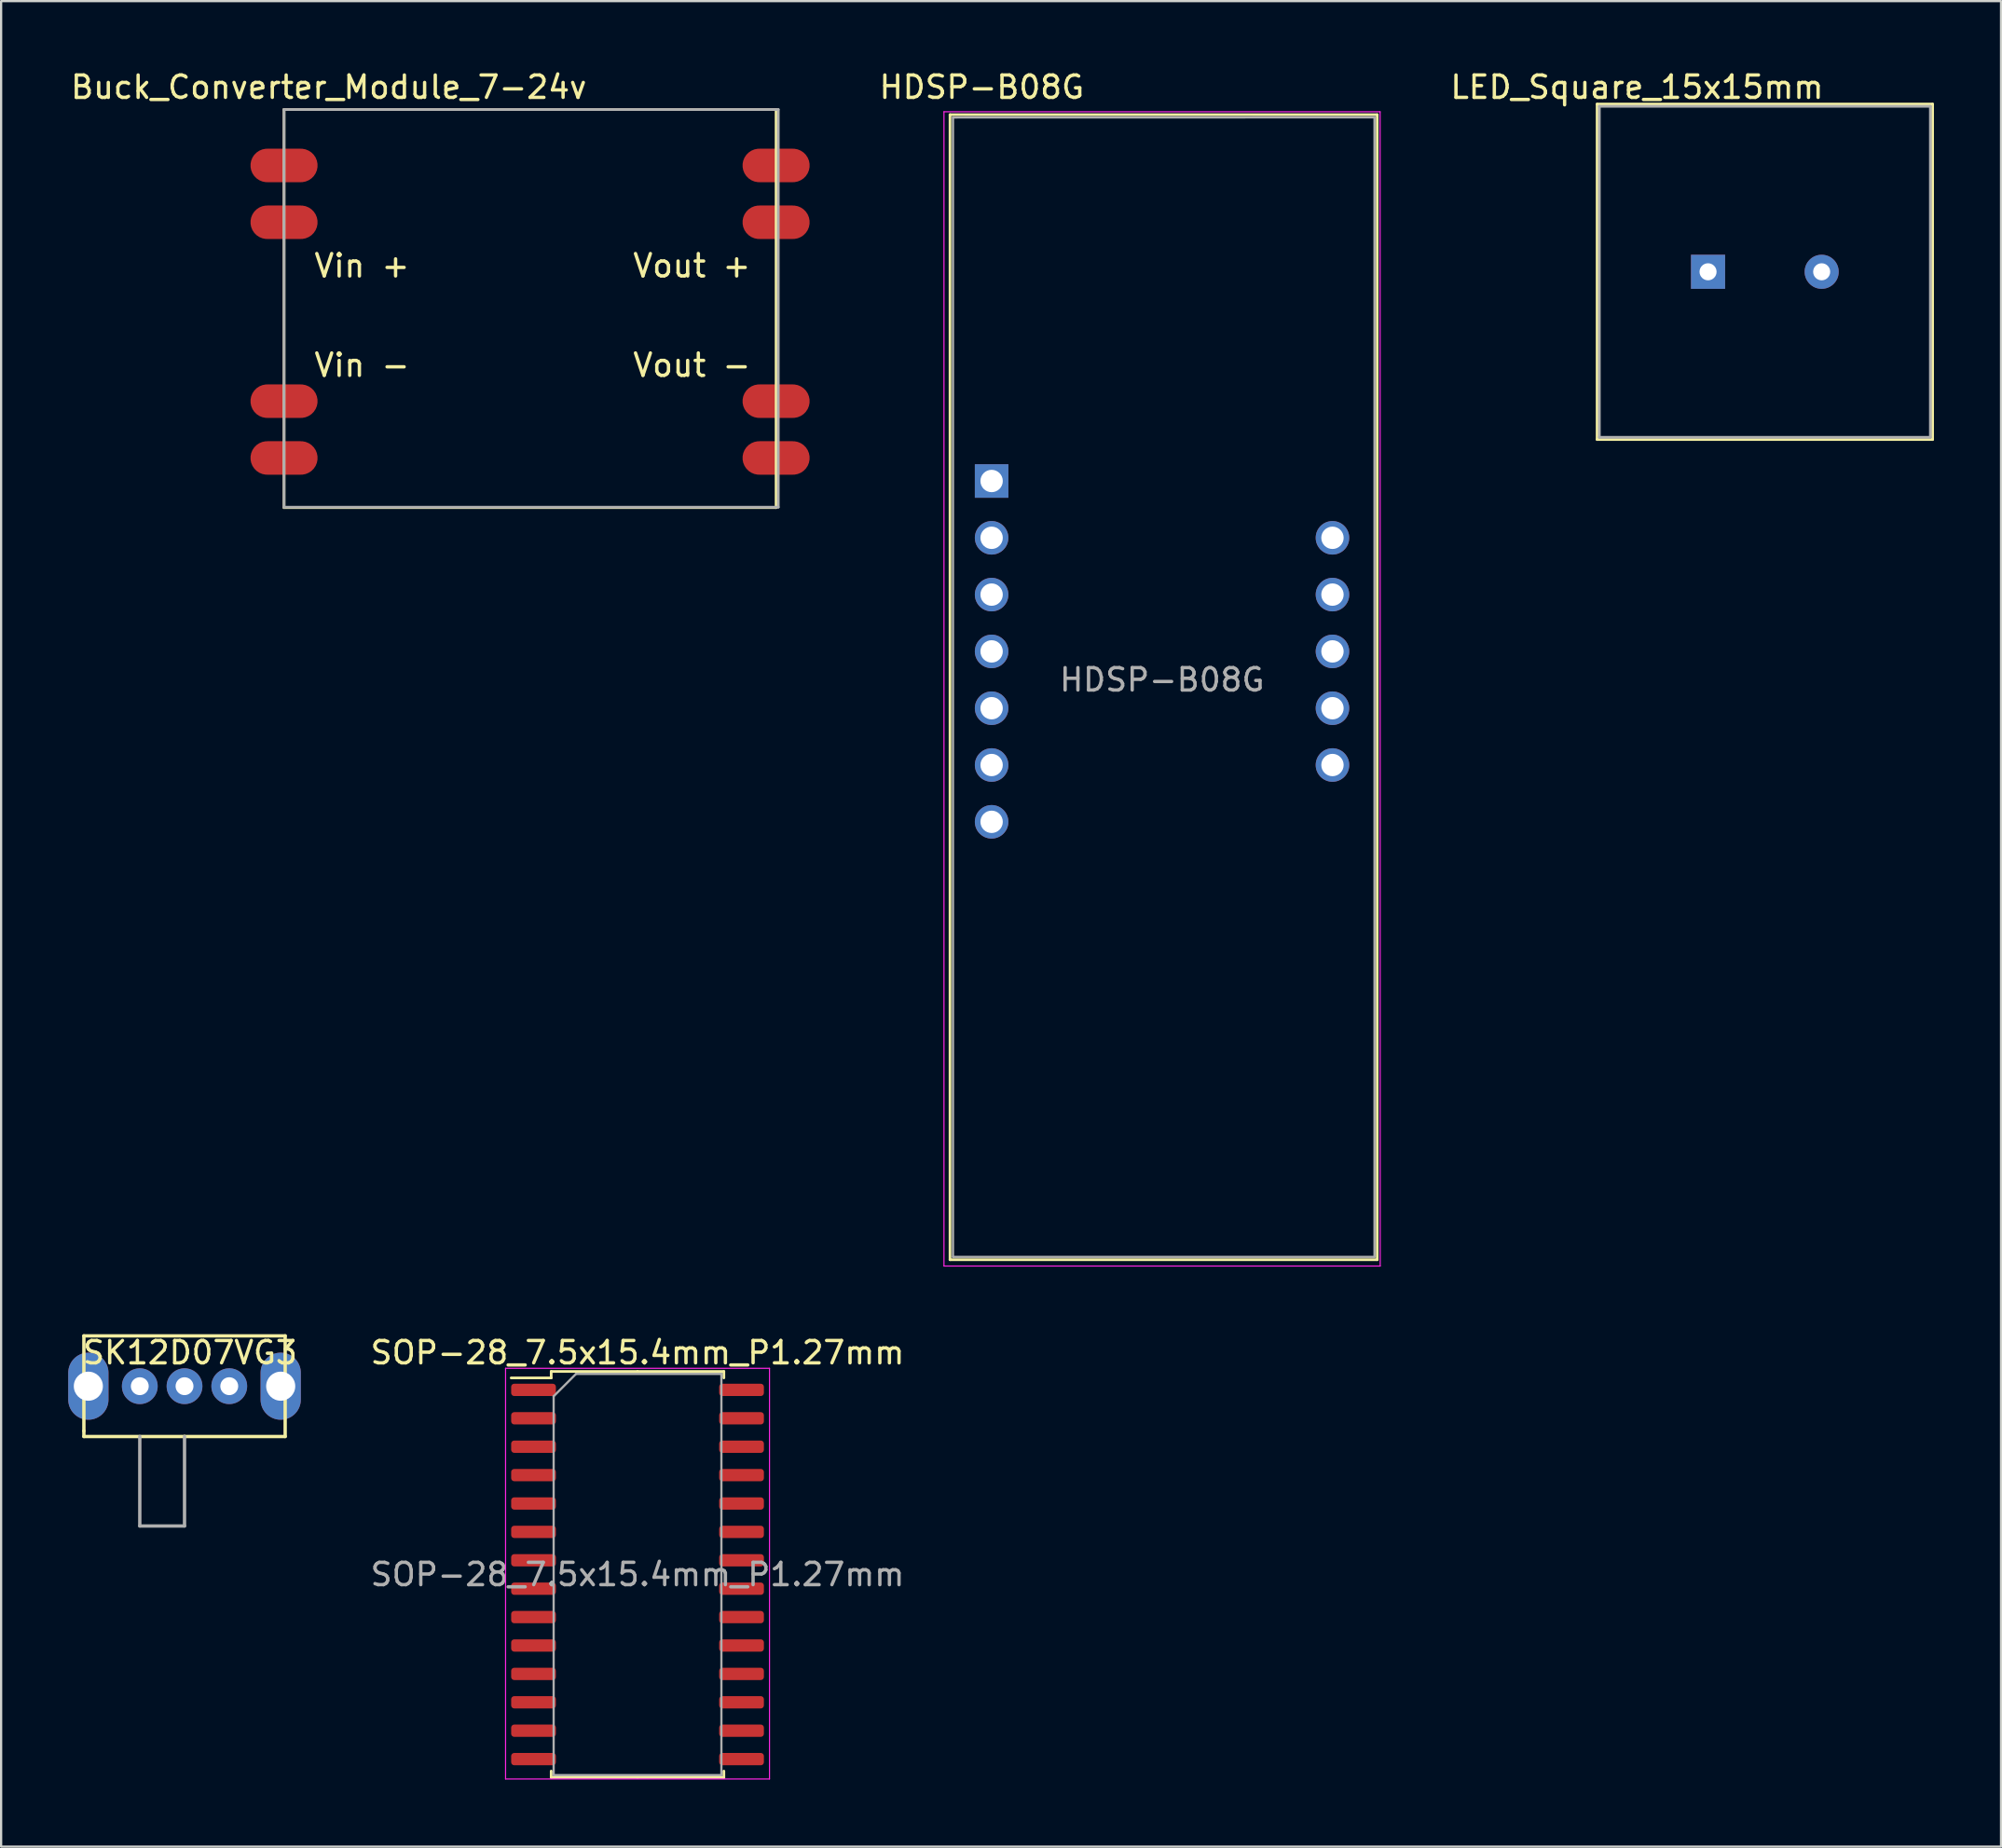
<source format=kicad_pcb>
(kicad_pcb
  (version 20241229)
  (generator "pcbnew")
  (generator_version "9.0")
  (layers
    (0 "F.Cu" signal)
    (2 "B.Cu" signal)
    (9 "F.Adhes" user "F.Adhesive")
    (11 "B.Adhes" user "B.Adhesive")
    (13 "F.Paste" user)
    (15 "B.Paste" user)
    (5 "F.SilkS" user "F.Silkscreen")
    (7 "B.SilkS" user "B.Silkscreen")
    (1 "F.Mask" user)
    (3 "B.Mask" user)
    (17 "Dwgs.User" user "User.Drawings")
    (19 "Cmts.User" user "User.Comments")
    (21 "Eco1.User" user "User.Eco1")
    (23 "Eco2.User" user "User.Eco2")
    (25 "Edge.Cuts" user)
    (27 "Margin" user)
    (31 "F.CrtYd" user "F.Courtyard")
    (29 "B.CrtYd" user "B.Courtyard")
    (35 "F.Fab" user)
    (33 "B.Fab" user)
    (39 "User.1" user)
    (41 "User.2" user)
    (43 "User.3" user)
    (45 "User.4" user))
  (footprint "HDSP-B08G"
    (layer "F.Cu")
    (at 41.285 20.998)
    (property "Reference" "HDSP-B08G" (at -0.44 -20.15 0) (layer "F.SilkS") (effects (font (size 1 1) (thickness 0.15))))
    (attr through_hole)
    (fp_line (start -1.86 -18.92) (end -1.86 32.28) (stroke (width 0.12) (type solid)) (layer "F.SilkS"))
    (fp_line (start -1.86 -18.92) (end 17.24 -18.92) (stroke (width 0.12) (type solid)) (layer "F.SilkS"))
    (fp_line (start -1.86 32.28) (end 17.24 32.28) (stroke (width 0.12) (type solid)) (layer "F.SilkS"))
    (fp_line (start 17.24 -18.92) (end 17.24 32.28) (stroke (width 0.12) (type solid)) (layer "F.SilkS"))
    (fp_line (start -2.13 -19.05) (end 17.37 -19.05) (stroke (width 0.05) (type solid)) (layer "F.CrtYd"))
    (fp_line (start -2.13 32.563) (end -2.13 -19.05) (stroke (width 0.05) (type solid)) (layer "F.CrtYd"))
    (fp_line (start 17.37 -19.05) (end 17.374 32.563) (stroke (width 0.05) (type solid)) (layer "F.CrtYd"))
    (fp_line (start 17.374 32.563) (end -2.13 32.563) (stroke (width 0.05) (type solid)) (layer "F.CrtYd"))
    (fp_line (start -1.727 -18.796) (end 17.12 -18.8) (stroke (width 0.1) (type solid)) (layer "F.Fab"))
    (fp_line (start -1.727 32.156) (end -1.727 -18.796) (stroke (width 0.1) (type solid)) (layer "F.Fab"))
    (fp_line (start -1.727 32.156) (end 17.12 32.156) (stroke (width 0.1) (type solid)) (layer "F.Fab"))
    (fp_line (start 17.12 -18.8) (end 17.12 32.156) (stroke (width 0.1) (type solid)) (layer "F.Fab"))
    (fp_text user "${REFERENCE}" (at 7.62 6.35 0) (layer "F.Fab") (effects (font (size 1 1) (thickness 0.15))))
    (pad "1" thru_hole rect (at 0 -2.54) (size 1.5 1.5) (drill 1) (layers "*.Cu" "*.Mask"))
    (pad "2" thru_hole circle (at 0 0) (size 1.5 1.5) (drill 1) (layers "*.Cu" "*.Mask"))
    (pad "3" thru_hole circle (at 0 2.54) (size 1.5 1.5) (drill 1) (layers "*.Cu" "*.Mask"))
    (pad "4" thru_hole circle (at 0 5.08) (size 1.5 1.5) (drill 1) (layers "*.Cu" "*.Mask"))
    (pad "5" thru_hole circle (at 0 7.62) (size 1.5 1.5) (drill 1) (layers "*.Cu" "*.Mask"))
    (pad "6" thru_hole circle (at 0 10.16) (size 1.5 1.5) (drill 1) (layers "*.Cu" "*.Mask"))
    (pad "7" thru_hole circle (at 0 12.7) (size 1.5 1.5) (drill 1) (layers "*.Cu" "*.Mask"))
    (pad "8" thru_hole circle (at 15.24 10.16) (size 1.5 1.5) (drill 1) (layers "*.Cu" "*.Mask"))
    (pad "9" thru_hole circle (at 15.24 7.62) (size 1.5 1.5) (drill 1) (layers "*.Cu" "*.Mask"))
    (pad "10" thru_hole circle (at 15.24 5.08) (size 1.5 1.5) (drill 1) (layers "*.Cu" "*.Mask"))
    (pad "11" thru_hole circle (at 15.24 2.54) (size 1.5 1.5) (drill 1) (layers "*.Cu" "*.Mask"))
    (pad "12" thru_hole circle (at 15.24 0) (size 1.5 1.5) (drill 1) (layers "*.Cu" "*.Mask")))
  (footprint "SOP-28_7.5x15.4mm_P1.27mm"
    (layer "F.Cu")
    (at 25.454 66.084)
    (property "Reference" "SOP-28_7.5x15.4mm_P1.27mm" (at 0 -8.65 0) (layer "F.SilkS") (effects (font (size 1 1) (thickness 0.15))))
    (attr smd)
    (fp_line (start -3.86 -7.81) (end -3.86 -7.52) (stroke (width 0.12) (type solid)) (layer "F.SilkS"))
    (fp_line (start -3.86 -7.52) (end -5.65 -7.52) (stroke (width 0.12) (type solid)) (layer "F.SilkS"))
    (fp_line (start -3.86 10.35) (end -3.86 10.06) (stroke (width 0.12) (type solid)) (layer "F.SilkS"))
    (fp_line (start 0 -7.81) (end -3.86 -7.81) (stroke (width 0.12) (type solid)) (layer "F.SilkS"))
    (fp_line (start 0 -7.81) (end 3.86 -7.81) (stroke (width 0.12) (type solid)) (layer "F.SilkS"))
    (fp_line (start 0 10.35) (end -3.86 10.35) (stroke (width 0.12) (type solid)) (layer "F.SilkS"))
    (fp_line (start 0 10.35) (end 3.86 10.35) (stroke (width 0.12) (type solid)) (layer "F.SilkS"))
    (fp_line (start 3.86 -7.81) (end 3.86 -7.52) (stroke (width 0.12) (type solid)) (layer "F.SilkS"))
    (fp_line (start 3.86 10.35) (end 3.86 10.06) (stroke (width 0.12) (type solid)) (layer "F.SilkS"))
    (fp_line (start -5.9 -7.95) (end -5.9 10.414) (stroke (width 0.05) (type solid)) (layer "F.CrtYd"))
    (fp_line (start -5.9 10.414) (end 5.9 10.414) (stroke (width 0.05) (type solid)) (layer "F.CrtYd"))
    (fp_line (start 5.9 -7.95) (end -5.9 -7.95) (stroke (width 0.05) (type solid)) (layer "F.CrtYd"))
    (fp_line (start 5.9 10.414) (end 5.9 -7.95) (stroke (width 0.05) (type solid)) (layer "F.CrtYd"))
    (fp_line (start -3.75 -6.7) (end -2.75 -7.7) (stroke (width 0.1) (type solid)) (layer "F.Fab"))
    (fp_line (start -3.75 10.24) (end -3.75 -6.7) (stroke (width 0.1) (type solid)) (layer "F.Fab"))
    (fp_line (start -2.75 -7.7) (end 3.75 -7.7) (stroke (width 0.1) (type solid)) (layer "F.Fab"))
    (fp_line (start 3.75 -7.7) (end 3.75 10.24) (stroke (width 0.1) (type solid)) (layer "F.Fab"))
    (fp_line (start 3.75 10.24) (end -3.75 10.24) (stroke (width 0.1) (type solid)) (layer "F.Fab"))
    (fp_text user "${REFERENCE}" (at 0 1.27 0) (layer "F.Fab") (effects (font (size 1 1) (thickness 0.15))))
    (pad "1" smd roundrect (at -4.65 -6.985) (size 2 0.55) (layers "F.Cu" "F.Mask" "F.Paste") (roundrect_rratio 0.25))
    (pad "2" smd roundrect (at -4.65 -5.715) (size 2 0.55) (layers "F.Cu" "F.Mask" "F.Paste") (roundrect_rratio 0.25))
    (pad "3" smd roundrect (at -4.65 -4.445) (size 2 0.55) (layers "F.Cu" "F.Mask" "F.Paste") (roundrect_rratio 0.25))
    (pad "4" smd roundrect (at -4.65 -3.175) (size 2 0.55) (layers "F.Cu" "F.Mask" "F.Paste") (roundrect_rratio 0.25))
    (pad "5" smd roundrect (at -4.65 -1.905) (size 2 0.55) (layers "F.Cu" "F.Mask" "F.Paste") (roundrect_rratio 0.25))
    (pad "6" smd roundrect (at -4.65 -0.635) (size 2 0.55) (layers "F.Cu" "F.Mask" "F.Paste") (roundrect_rratio 0.25))
    (pad "7" smd roundrect (at -4.65 0.635) (size 2 0.55) (layers "F.Cu" "F.Mask" "F.Paste") (roundrect_rratio 0.25))
    (pad "8" smd roundrect (at -4.65 1.905) (size 2 0.55) (layers "F.Cu" "F.Mask" "F.Paste") (roundrect_rratio 0.25))
    (pad "9" smd roundrect (at -4.65 3.175) (size 2 0.55) (layers "F.Cu" "F.Mask" "F.Paste") (roundrect_rratio 0.25))
    (pad "10" smd roundrect (at -4.65 4.445) (size 2 0.55) (layers "F.Cu" "F.Mask" "F.Paste") (roundrect_rratio 0.25))
    (pad "11" smd roundrect (at -4.65 5.715) (size 2 0.55) (layers "F.Cu" "F.Mask" "F.Paste") (roundrect_rratio 0.25))
    (pad "12" smd roundrect (at -4.65 6.985) (size 2 0.55) (layers "F.Cu" "F.Mask" "F.Paste") (roundrect_rratio 0.25))
    (pad "13" smd roundrect (at -4.65 8.255) (size 2 0.55) (layers "F.Cu" "F.Mask" "F.Paste") (roundrect_rratio 0.25))
    (pad "14" smd roundrect (at -4.65 9.525) (size 2 0.55) (layers "F.Cu" "F.Mask" "F.Paste") (roundrect_rratio 0.25))
    (pad "15" smd roundrect (at 4.65 9.525) (size 2 0.55) (layers "F.Cu" "F.Mask" "F.Paste") (roundrect_rratio 0.25))
    (pad "16" smd roundrect (at 4.65 8.255) (size 2 0.55) (layers "F.Cu" "F.Mask" "F.Paste") (roundrect_rratio 0.25))
    (pad "17" smd roundrect (at 4.65 6.985) (size 2 0.55) (layers "F.Cu" "F.Mask" "F.Paste") (roundrect_rratio 0.25))
    (pad "18" smd roundrect (at 4.65 5.715) (size 2 0.55) (layers "F.Cu" "F.Mask" "F.Paste") (roundrect_rratio 0.25))
    (pad "19" smd roundrect (at 4.65 4.445) (size 2 0.55) (layers "F.Cu" "F.Mask" "F.Paste") (roundrect_rratio 0.25))
    (pad "20" smd roundrect (at 4.65 3.175) (size 2 0.55) (layers "F.Cu" "F.Mask" "F.Paste") (roundrect_rratio 0.25))
    (pad "21" smd roundrect (at 4.65 1.905) (size 2 0.55) (layers "F.Cu" "F.Mask" "F.Paste") (roundrect_rratio 0.25))
    (pad "22" smd roundrect (at 4.65 0.635) (size 2 0.55) (layers "F.Cu" "F.Mask" "F.Paste") (roundrect_rratio 0.25))
    (pad "23" smd roundrect (at 4.65 -0.635) (size 2 0.55) (layers "F.Cu" "F.Mask" "F.Paste") (roundrect_rratio 0.25))
    (pad "24" smd roundrect (at 4.65 -1.905) (size 2 0.55) (layers "F.Cu" "F.Mask" "F.Paste") (roundrect_rratio 0.25))
    (pad "25" smd roundrect (at 4.65 -3.175) (size 2 0.55) (layers "F.Cu" "F.Mask" "F.Paste") (roundrect_rratio 0.25))
    (pad "26" smd roundrect (at 4.65 -4.445) (size 2 0.55) (layers "F.Cu" "F.Mask" "F.Paste") (roundrect_rratio 0.25))
    (pad "27" smd roundrect (at 4.65 -5.715) (size 2 0.55) (layers "F.Cu" "F.Mask" "F.Paste") (roundrect_rratio 0.25))
    (pad "28" smd roundrect (at 4.65 -6.985) (size 2 0.55) (layers "F.Cu" "F.Mask" "F.Paste") (roundrect_rratio 0.25)))
  (footprint "SK12D07VG3"
    (layer "F.Cu")
    (at 5.2 58.934)
    (property "Reference" "SK12D07VG3" (at 0.25 -1.5 0) (layer "F.SilkS") (effects (font (size 1 1) (thickness 0.15))))
    (attr through_hole)
    (fp_line (start -4.5 -2.25) (end -4.5 2) (stroke (width 0.15) (type solid)) (layer "F.SilkS"))
    (fp_line (start -4.5 2) (end -4.5 2.25) (stroke (width 0.15) (type solid)) (layer "F.SilkS"))
    (fp_line (start -4.5 2.25) (end 0 2.25) (stroke (width 0.15) (type solid)) (layer "F.SilkS"))
    (fp_line (start 0 2.25) (end 4.5 2.25) (stroke (width 0.15) (type solid)) (layer "F.SilkS"))
    (fp_line (start 4.5 -2.25) (end -4.5 -2.25) (stroke (width 0.15) (type solid)) (layer "F.SilkS"))
    (fp_line (start 4.5 2.25) (end 4.5 -2.25) (stroke (width 0.15) (type solid)) (layer "F.SilkS"))
    (fp_line (start -2 6.25) (end -2 2.25) (stroke (width 0.15) (type solid)) (layer "F.Fab"))
    (fp_line (start 0 2.25) (end 0 6.25) (stroke (width 0.15) (type solid)) (layer "F.Fab"))
    (fp_line (start 0 6.25) (end -2 6.25) (stroke (width 0.15) (type solid)) (layer "F.Fab"))
    (pad "" thru_hole oval (at -4.3 0) (size 1.8 3) (drill 1.3) (layers "*.Cu" "*.Mask"))
    (pad "" thru_hole oval (at 4.3 0) (size 1.8 3) (drill 1.3) (layers "*.Cu" "*.Mask"))
    (pad "1" thru_hole circle (at -2 0) (size 1.6 1.6) (drill 0.8) (layers "*.Cu" "*.Mask"))
    (pad "2" thru_hole circle (at 0 0) (size 1.6 1.6) (drill 0.8) (layers "*.Cu" "*.Mask"))
    (pad "3" thru_hole circle (at 2 0) (size 1.6 1.6) (drill 0.8) (layers "*.Cu" "*.Mask")))
  (footprint "LED_Square_15x15mm"
    (layer "F.Cu")
    (at 75.857 9.103)
    (property "Reference" "LED_Square_15x15mm" (at -5.715 -8.255 0) (layer "F.SilkS") (effects (font (size 1 1) (thickness 0.15))))
    (attr through_hole)
    (fp_line (start -7.5 -7.5) (end 7.5 -7.5) (stroke (width 0.12) (type solid)) (layer "F.SilkS"))
    (fp_line (start -7.5 7.5) (end -7.5 -7.5) (stroke (width 0.12) (type solid)) (layer "F.SilkS"))
    (fp_line (start 7.5 -7.5) (end 7.5 7.5) (stroke (width 0.12) (type solid)) (layer "F.SilkS"))
    (fp_line (start 7.5 7.5) (end -7.5 7.5) (stroke (width 0.12) (type solid)) (layer "F.SilkS"))
    (fp_line (start -7.4 -7.4) (end 7.4 -7.4) (stroke (width 0.12) (type solid)) (layer "F.Fab"))
    (fp_line (start -7.4 7.4) (end -7.4 -7.4) (stroke (width 0.12) (type solid)) (layer "F.Fab"))
    (fp_line (start 7.4 -7.4) (end 7.4 7.4) (stroke (width 0.12) (type solid)) (layer "F.Fab"))
    (fp_line (start 7.4 7.4) (end -7.4 7.4) (stroke (width 0.12) (type solid)) (layer "F.Fab"))
    (pad "1" thru_hole rect (at -2.54 0) (size 1.524 1.524) (drill 0.762) (layers "*.Cu" "*.Mask"))
    (pad "2" thru_hole circle (at 2.54 0) (size 1.524 1.524) (drill 0.762) (layers "*.Cu" "*.Mask")))
  (footprint "Buck_Converter_Module_7-24v"
    (layer "F.Cu")
    (at 9.649 1.848)
    (property "Reference" "Buck_Converter_Module_7-24v" (at 2 -1 0) (layer "F.SilkS") (effects (font (size 1 1) (thickness 0.15))))
    (attr through_hole)
    (fp_line (start 0 0) (end 0 17.8) (stroke (width 0.12) (type solid)) (layer "F.SilkS"))
    (fp_line (start 0 0) (end 22 0) (stroke (width 0.12) (type solid)) (layer "F.SilkS"))
    (fp_line (start 0 17.8) (end 22 17.8) (stroke (width 0.12) (type solid)) (layer "F.SilkS"))
    (fp_line (start 22 17.8) (end 22 0) (stroke (width 0.12) (type solid)) (layer "F.SilkS"))
    (fp_line (start 0 0) (end 22.098 0) (stroke (width 0.12) (type solid)) (layer "F.Fab"))
    (fp_line (start 0 17.78) (end 0 0) (stroke (width 0.12) (type solid)) (layer "F.Fab"))
    (fp_line (start 22.098 0) (end 22.098 17.78) (stroke (width 0.12) (type solid)) (layer "F.Fab"))
    (fp_line (start 22.098 17.78) (end 0 17.78) (stroke (width 0.12) (type solid)) (layer "F.Fab"))
    (fp_text user "Vout +" (at 20.955 6.985 0) (layer "F.SilkS") (effects (font (size 1 1) (thickness 0.15)) (justify right)))
    (fp_text user "Vin +" (at 1.27 6.985 0) (layer "F.SilkS") (effects (font (size 1 1) (thickness 0.15)) (justify left)))
    (fp_text user "Vin -" (at 1.27 11.43 0) (layer "F.SilkS") (effects (font (size 1 1) (thickness 0.15)) (justify left)))
    (fp_text user "Vout -" (at 20.955 11.43 0) (layer "F.SilkS") (effects (font (size 1 1) (thickness 0.15)) (justify right)))
    (pad "1" smd custom (at 0 2.5) (size 1.5 1.5) (layers "F.Cu" "F.Mask" "F.Paste") (options (anchor circle)) (primitives (gr_poly (pts (xy -0.75 -0.75) (xy 0.75 -0.75) (xy 0.75 0.75) (xy -0.75 0.75)) (width 0) (fill yes)) (gr_circle (center 0.75 0) (end 0.75 0) (width 1.5) (fill no)) (gr_circle (center -0.75 0) (end -0.75 0) (width 1.5) (fill no))))
    (pad "1" smd custom (at 0 5.04) (size 1.5 1.5) (layers "F.Cu" "F.Mask" "F.Paste") (options (anchor circle)) (primitives (gr_poly (pts (xy -0.75 -0.75) (xy 0.75 -0.75) (xy 0.75 0.75) (xy -0.75 0.75)) (width 0) (fill yes)) (gr_circle (center 0.75 0) (end 0.75 0) (width 1.5) (fill no)) (gr_circle (center -0.75 0) (end -0.75 0) (width 1.5) (fill no))))
    (pad "2" smd custom (at 0 13.04) (size 1.5 1.5) (layers "F.Cu" "F.Mask" "F.Paste") (options (anchor circle)) (primitives (gr_poly (pts (xy -0.75 -0.75) (xy 0.75 -0.75) (xy 0.75 0.75) (xy -0.75 0.75)) (width 0) (fill yes)) (gr_circle (center 0.75 0) (end 0.75 0) (width 1.5) (fill no)) (gr_circle (center -0.75 0) (end -0.75 0) (width 1.5) (fill no))))
    (pad "2" smd custom (at 0 15.58) (size 1.5 1.5) (layers "F.Cu" "F.Mask" "F.Paste") (options (anchor circle)) (primitives (gr_poly (pts (xy -0.75 -0.75) (xy 0.75 -0.75) (xy 0.75 0.75) (xy -0.75 0.75)) (width 0) (fill yes)) (gr_circle (center 0.75 0) (end 0.75 0) (width 1.5) (fill no)) (gr_circle (center -0.75 0) (end -0.75 0) (width 1.5) (fill no))))
    (pad "3" smd custom (at 22 2.5) (size 1.5 1.5) (layers "F.Cu" "F.Mask" "F.Paste") (options (anchor circle)) (primitives (gr_poly (pts (xy -0.75 -0.75) (xy 0.75 -0.75) (xy 0.75 0.75) (xy -0.75 0.75)) (width 0) (fill yes)) (gr_circle (center 0.75 0) (end 0.75 0) (width 1.5) (fill no)) (gr_circle (center -0.75 0) (end -0.75 0) (width 1.5) (fill no))))
    (pad "3" smd custom (at 22 5.04) (size 1.5 1.5) (layers "F.Cu" "F.Mask" "F.Paste") (options (anchor circle)) (primitives (gr_poly (pts (xy -0.75 -0.75) (xy 0.75 -0.75) (xy 0.75 0.75) (xy -0.75 0.75)) (width 0) (fill yes)) (gr_circle (center 0.75 0) (end 0.75 0) (width 1.5) (fill no)) (gr_circle (center -0.75 0) (end -0.75 0) (width 1.5) (fill no))))
    (pad "4" smd custom (at 22 13.04) (size 1.5 1.5) (layers "F.Cu" "F.Mask" "F.Paste") (options (anchor circle)) (primitives (gr_poly (pts (xy -0.75 -0.75) (xy 0.75 -0.75) (xy 0.75 0.75) (xy -0.75 0.75)) (width 0) (fill yes)) (gr_circle (center 0.75 0) (end 0.75 0) (width 1.5) (fill no)) (gr_circle (center -0.75 0) (end -0.75 0) (width 1.5) (fill no))))
    (pad "4" smd custom (at 22 15.58) (size 1.5 1.5) (layers "F.Cu" "F.Mask" "F.Paste") (options (anchor circle)) (primitives (gr_poly (pts (xy -0.75 -0.75) (xy 0.75 -0.75) (xy 0.75 0.75) (xy -0.75 0.75)) (width 0) (fill yes)) (gr_circle (center 0.75 0) (end 0.75 0) (width 1.5) (fill no)) (gr_circle (center -0.75 0) (end -0.75 0) (width 1.5) (fill no)))))
  (gr_rect
    (start -3 -3)
    (end 86.417 79.523)
    (stroke (width 0.1) (type default))
    (fill no)
    (layer "Edge.Cuts")))
</source>
